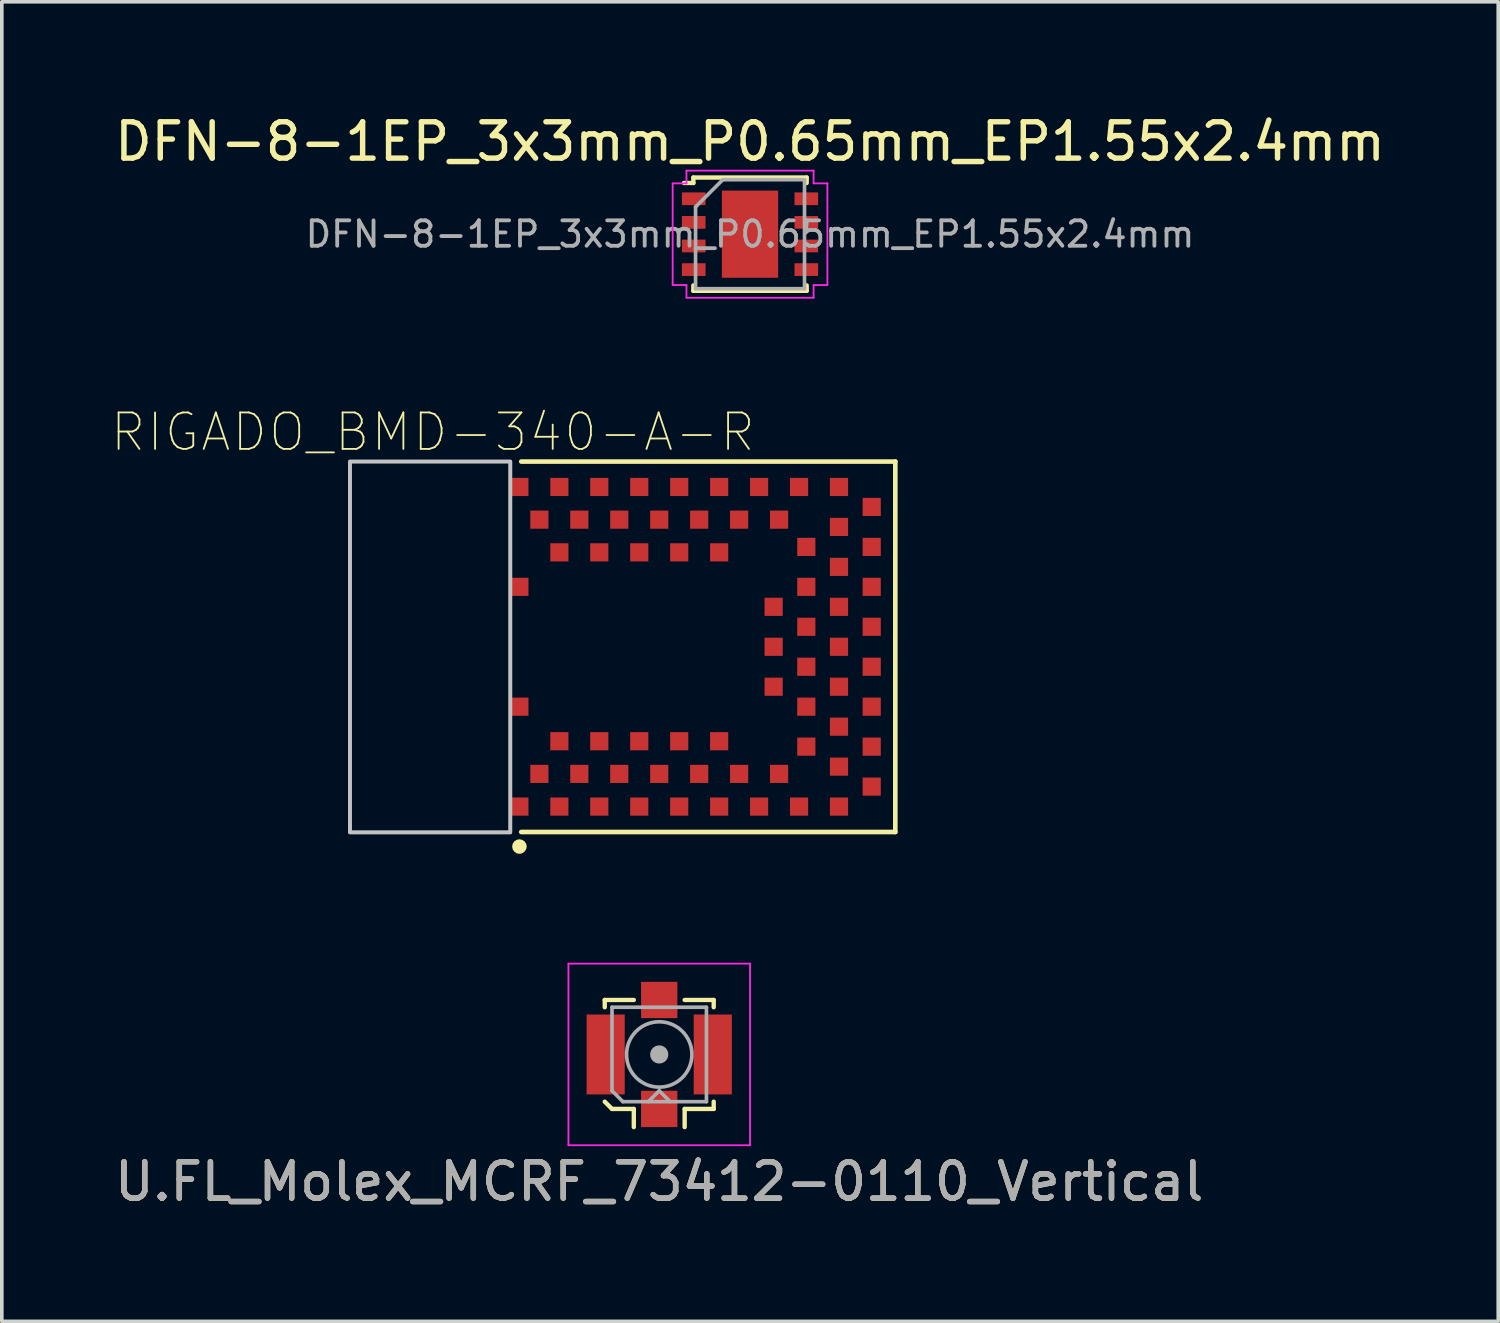
<source format=kicad_pcb>
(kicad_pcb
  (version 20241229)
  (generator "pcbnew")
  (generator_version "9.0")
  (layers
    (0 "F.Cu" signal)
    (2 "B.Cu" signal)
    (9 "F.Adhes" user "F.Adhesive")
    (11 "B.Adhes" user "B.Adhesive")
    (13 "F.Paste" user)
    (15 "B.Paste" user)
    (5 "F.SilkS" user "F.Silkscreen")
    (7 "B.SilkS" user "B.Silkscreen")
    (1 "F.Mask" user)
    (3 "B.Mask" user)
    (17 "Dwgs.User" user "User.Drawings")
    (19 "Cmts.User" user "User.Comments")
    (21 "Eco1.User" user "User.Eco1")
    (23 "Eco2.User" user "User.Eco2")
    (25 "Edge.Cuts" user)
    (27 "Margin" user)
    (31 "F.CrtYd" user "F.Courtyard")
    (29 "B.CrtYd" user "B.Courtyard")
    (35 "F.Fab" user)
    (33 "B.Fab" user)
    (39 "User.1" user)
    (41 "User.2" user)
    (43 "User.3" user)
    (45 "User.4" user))
  (footprint "RIGADO_BMD-340-A-R"
    (layer "F.Cu")
    (at 14.101 14.758)
    (property "Reference" "RIGADO_BMD-340-A-R" (at -5.232 -5.91 0) (layer "F.SilkS") (effects (font (size 1.004 1.004) (thickness 0.05))))
    (attr smd)
    (fp_line (start -2.8 5.1) (end 7.5 5.1) (stroke (width 0.127) (type solid)) (layer "F.SilkS"))
    (fp_line (start 7.5 -5.1) (end -2.8 -5.1) (stroke (width 0.127) (type solid)) (layer "F.SilkS"))
    (fp_line (start 7.5 -5.1) (end 7.5 5.1) (stroke (width 0.127) (type solid)) (layer "F.SilkS"))
    (fp_circle (center -2.85 5.5) (end -2.75 5.5) (stroke (width 0.2) (type solid)) (fill no) (layer "F.SilkS"))
    (fp_poly (pts (xy -7.519 -5.1) (xy -3.1 -5.1) (xy -3.1 5.113) (xy -7.519 5.113)) (stroke (width 0.1) (type solid)) (fill no) (layer "Dwgs.User"))
    (fp_poly (pts (xy -7.512 -5.1) (xy -3.1 -5.1) (xy -3.1 5.108) (xy -7.512 5.108)) (stroke (width 0.1) (type solid)) (fill no) (layer "Dwgs.User"))
    (fp_line (start -7.75 -5.35) (end -7.75 5.35) (stroke (width 0.05) (type solid)) (layer "Eco1.User"))
    (fp_line (start -7.75 5.35) (end 7.75 5.35) (stroke (width 0.05) (type solid)) (layer "Eco1.User"))
    (fp_line (start 7.75 -5.35) (end -7.75 -5.35) (stroke (width 0.05) (type solid)) (layer "Eco1.User"))
    (fp_line (start 7.75 5.35) (end 7.75 -5.35) (stroke (width 0.05) (type solid)) (layer "Eco1.User"))
    (fp_line (start -7.5 -5.1) (end 7.5 -5.1) (stroke (width 0.127) (type solid)) (layer "Eco2.User"))
    (fp_line (start -7.5 5.1) (end -7.5 -5.1) (stroke (width 0.127) (type solid)) (layer "Eco2.User"))
    (fp_line (start 7.5 -5.1) (end 7.5 5.1) (stroke (width 0.127) (type solid)) (layer "Eco2.User"))
    (fp_line (start 7.5 5.1) (end -7.5 5.1) (stroke (width 0.127) (type solid)) (layer "Eco2.User"))
    (fp_circle (center -2.85 4.4) (end -2.75 4.4) (stroke (width 0.2) (type solid)) (fill no) (layer "Eco2.User"))
    (pad "1" smd rect (at -2.85 4.4) (size 0.5 0.5) (layers "F.Cu" "F.Mask" "F.Paste"))
    (pad "2" smd rect (at -2.3 3.5) (size 0.5 0.5) (layers "F.Cu" "F.Mask" "F.Paste"))
    (pad "3" smd rect (at -1.75 4.4) (size 0.5 0.5) (layers "F.Cu" "F.Mask" "F.Paste"))
    (pad "4" smd rect (at -1.2 3.5) (size 0.5 0.5) (layers "F.Cu" "F.Mask" "F.Paste"))
    (pad "5" smd rect (at -0.65 4.4) (size 0.5 0.5) (layers "F.Cu" "F.Mask" "F.Paste"))
    (pad "6" smd rect (at -0.1 3.5) (size 0.5 0.5) (layers "F.Cu" "F.Mask" "F.Paste"))
    (pad "7" smd rect (at 0.45 4.4) (size 0.5 0.5) (layers "F.Cu" "F.Mask" "F.Paste"))
    (pad "8" smd rect (at 1 3.5) (size 0.5 0.5) (layers "F.Cu" "F.Mask" "F.Paste"))
    (pad "9" smd rect (at 1.55 4.4) (size 0.5 0.5) (layers "F.Cu" "F.Mask" "F.Paste"))
    (pad "10" smd rect (at 2.1 3.5) (size 0.5 0.5) (layers "F.Cu" "F.Mask" "F.Paste"))
    (pad "11" smd rect (at 2.65 4.4) (size 0.5 0.5) (layers "F.Cu" "F.Mask" "F.Paste"))
    (pad "12" smd rect (at 3.2 3.5) (size 0.5 0.5) (layers "F.Cu" "F.Mask" "F.Paste"))
    (pad "13" smd rect (at 3.75 4.4) (size 0.5 0.5) (layers "F.Cu" "F.Mask" "F.Paste"))
    (pad "14" smd rect (at 4.3 3.5) (size 0.5 0.5) (layers "F.Cu" "F.Mask" "F.Paste"))
    (pad "15" smd rect (at 4.85 4.4) (size 0.5 0.5) (layers "F.Cu" "F.Mask" "F.Paste"))
    (pad "16" smd rect (at 5.95 4.4) (size 0.5 0.5) (layers "F.Cu" "F.Mask" "F.Paste"))
    (pad "17" smd rect (at 5.95 3.3) (size 0.5 0.5) (layers "F.Cu" "F.Mask" "F.Paste"))
    (pad "18" smd rect (at 5.05 2.75) (size 0.5 0.5) (layers "F.Cu" "F.Mask" "F.Paste"))
    (pad "19" smd rect (at 5.95 2.2) (size 0.5 0.5) (layers "F.Cu" "F.Mask" "F.Paste"))
    (pad "20" smd rect (at 5.05 1.65) (size 0.5 0.5) (layers "F.Cu" "F.Mask" "F.Paste"))
    (pad "21" smd rect (at 5.95 1.1) (size 0.5 0.5) (layers "F.Cu" "F.Mask" "F.Paste"))
    (pad "22" smd rect (at 5.05 0.55) (size 0.5 0.5) (layers "F.Cu" "F.Mask" "F.Paste"))
    (pad "23" smd rect (at 5.95 0) (size 0.5 0.5) (layers "F.Cu" "F.Mask" "F.Paste"))
    (pad "24" smd rect (at 5.05 -0.55) (size 0.5 0.5) (layers "F.Cu" "F.Mask" "F.Paste"))
    (pad "25" smd rect (at 5.95 -1.1) (size 0.5 0.5) (layers "F.Cu" "F.Mask" "F.Paste"))
    (pad "26" smd rect (at 5.05 -1.65) (size 0.5 0.5) (layers "F.Cu" "F.Mask" "F.Paste"))
    (pad "27" smd rect (at 5.95 -2.2) (size 0.5 0.5) (layers "F.Cu" "F.Mask" "F.Paste"))
    (pad "28" smd rect (at 5.05 -2.75) (size 0.5 0.5) (layers "F.Cu" "F.Mask" "F.Paste"))
    (pad "29" smd rect (at 5.95 -3.3) (size 0.5 0.5) (layers "F.Cu" "F.Mask" "F.Paste"))
    (pad "30" smd rect (at 5.95 -4.4) (size 0.5 0.5) (layers "F.Cu" "F.Mask" "F.Paste"))
    (pad "31" smd rect (at 4.85 -4.4) (size 0.5 0.5) (layers "F.Cu" "F.Mask" "F.Paste"))
    (pad "32" smd rect (at 4.3 -3.5) (size 0.5 0.5) (layers "F.Cu" "F.Mask" "F.Paste"))
    (pad "33" smd rect (at 3.75 -4.4) (size 0.5 0.5) (layers "F.Cu" "F.Mask" "F.Paste"))
    (pad "34" smd rect (at 3.2 -3.5) (size 0.5 0.5) (layers "F.Cu" "F.Mask" "F.Paste"))
    (pad "35" smd rect (at 2.65 -4.4) (size 0.5 0.5) (layers "F.Cu" "F.Mask" "F.Paste"))
    (pad "36" smd rect (at 2.1 -3.5) (size 0.5 0.5) (layers "F.Cu" "F.Mask" "F.Paste"))
    (pad "37" smd rect (at 1.55 -4.4) (size 0.5 0.5) (layers "F.Cu" "F.Mask" "F.Paste"))
    (pad "38" smd rect (at 1 -3.5) (size 0.5 0.5) (layers "F.Cu" "F.Mask" "F.Paste"))
    (pad "39" smd rect (at 0.45 -4.4) (size 0.5 0.5) (layers "F.Cu" "F.Mask" "F.Paste"))
    (pad "40" smd rect (at -0.1 -3.5) (size 0.5 0.5) (layers "F.Cu" "F.Mask" "F.Paste"))
    (pad "41" smd rect (at -0.65 -4.4) (size 0.5 0.5) (layers "F.Cu" "F.Mask" "F.Paste"))
    (pad "42" smd rect (at -1.2 -3.5) (size 0.5 0.5) (layers "F.Cu" "F.Mask" "F.Paste"))
    (pad "43" smd rect (at -1.75 -4.4) (size 0.5 0.5) (layers "F.Cu" "F.Mask" "F.Paste"))
    (pad "44" smd rect (at -2.3 -3.5) (size 0.5 0.5) (layers "F.Cu" "F.Mask" "F.Paste"))
    (pad "45" smd rect (at -2.85 -4.4) (size 0.5 0.5) (layers "F.Cu" "F.Mask" "F.Paste"))
    (pad "46" smd rect (at -2.85 -1.65) (size 0.5 0.5) (layers "F.Cu" "F.Mask" "F.Paste"))
    (pad "47" smd rect (at -2.85 1.65) (size 0.5 0.5) (layers "F.Cu" "F.Mask" "F.Paste"))
    (pad "48" smd rect (at -1.75 2.6) (size 0.5 0.5) (layers "F.Cu" "F.Mask" "F.Paste"))
    (pad "49" smd rect (at -0.65 2.6) (size 0.5 0.5) (layers "F.Cu" "F.Mask" "F.Paste"))
    (pad "50" smd rect (at 0.45 2.6) (size 0.5 0.5) (layers "F.Cu" "F.Mask" "F.Paste"))
    (pad "51" smd rect (at 1.55 2.6) (size 0.5 0.5) (layers "F.Cu" "F.Mask" "F.Paste"))
    (pad "52" smd rect (at 2.65 2.6) (size 0.5 0.5) (layers "F.Cu" "F.Mask" "F.Paste"))
    (pad "53" smd rect (at 4.15 1.1) (size 0.5 0.5) (layers "F.Cu" "F.Mask" "F.Paste"))
    (pad "54" smd rect (at 4.15 0) (size 0.5 0.5) (layers "F.Cu" "F.Mask" "F.Paste"))
    (pad "55" smd rect (at 4.15 -1.1) (size 0.5 0.5) (layers "F.Cu" "F.Mask" "F.Paste"))
    (pad "56" smd rect (at 2.65 -2.6) (size 0.5 0.5) (layers "F.Cu" "F.Mask" "F.Paste"))
    (pad "57" smd rect (at 1.55 -2.6) (size 0.5 0.5) (layers "F.Cu" "F.Mask" "F.Paste"))
    (pad "58" smd rect (at 0.45 -2.6) (size 0.5 0.5) (layers "F.Cu" "F.Mask" "F.Paste"))
    (pad "59" smd rect (at -0.65 -2.6) (size 0.5 0.5) (layers "F.Cu" "F.Mask" "F.Paste"))
    (pad "60" smd rect (at -1.75 -2.6) (size 0.5 0.5) (layers "F.Cu" "F.Mask" "F.Paste"))
    (pad "61" smd rect (at 6.85 3.85) (size 0.5 0.5) (layers "F.Cu" "F.Mask" "F.Paste"))
    (pad "62" smd rect (at 6.85 2.75) (size 0.5 0.5) (layers "F.Cu" "F.Mask" "F.Paste"))
    (pad "63" smd rect (at 6.85 1.65) (size 0.5 0.5) (layers "F.Cu" "F.Mask" "F.Paste"))
    (pad "64" smd rect (at 6.85 0.55) (size 0.5 0.5) (layers "F.Cu" "F.Mask" "F.Paste"))
    (pad "65" smd rect (at 6.85 -0.55) (size 0.5 0.5) (layers "F.Cu" "F.Mask" "F.Paste"))
    (pad "66" smd rect (at 6.85 -1.65) (size 0.5 0.5) (layers "F.Cu" "F.Mask" "F.Paste"))
    (pad "67" smd rect (at 6.85 -2.75) (size 0.5 0.5) (layers "F.Cu" "F.Mask" "F.Paste"))
    (pad "68" smd rect (at 6.85 -3.85) (size 0.5 0.5) (layers "F.Cu" "F.Mask" "F.Paste")))
  (footprint "DFN-8-1EP_3x3mm_P0.65mm_EP1.55x2.4mm"
    (layer "F.Cu")
    (at 17.601 3.398)
    (property "Reference" "DFN-8-1EP_3x3mm_P0.65mm_EP1.55x2.4mm" (at 0 -2.55 0) (layer "F.SilkS") (effects (font (size 1 1) (thickness 0.15))))
    (attr smd)
    (fp_line (start -1.56 -1.56) (end -1.56 -1.41) (stroke (width 0.12) (type solid)) (layer "F.SilkS"))
    (fp_line (start -1.56 -1.56) (end 1.56 -1.56) (stroke (width 0.12) (type solid)) (layer "F.SilkS"))
    (fp_line (start -1.56 -1.41) (end -1.82 -1.41) (stroke (width 0.12) (type solid)) (layer "F.SilkS"))
    (fp_line (start -1.56 1.56) (end -1.56 1.41) (stroke (width 0.12) (type solid)) (layer "F.SilkS"))
    (fp_line (start -1.56 1.56) (end 1.56 1.56) (stroke (width 0.12) (type solid)) (layer "F.SilkS"))
    (fp_line (start 1.56 -1.56) (end 1.56 -1.41) (stroke (width 0.12) (type solid)) (layer "F.SilkS"))
    (fp_line (start 1.56 1.56) (end 1.56 1.41) (stroke (width 0.12) (type solid)) (layer "F.SilkS"))
    (fp_line (start -2.13 -1.4) (end -2.13 1.4) (stroke (width 0.05) (type solid)) (layer "F.CrtYd"))
    (fp_line (start -1.75 -1.75) (end -1.75 -1.4) (stroke (width 0.05) (type solid)) (layer "F.CrtYd"))
    (fp_line (start -1.75 -1.75) (end 1.75 -1.75) (stroke (width 0.05) (type solid)) (layer "F.CrtYd"))
    (fp_line (start -1.75 -1.4) (end -2.13 -1.4) (stroke (width 0.05) (type solid)) (layer "F.CrtYd"))
    (fp_line (start -1.75 1.4) (end -2.13 1.4) (stroke (width 0.05) (type solid)) (layer "F.CrtYd"))
    (fp_line (start -1.75 1.75) (end -1.75 1.4) (stroke (width 0.05) (type solid)) (layer "F.CrtYd"))
    (fp_line (start -1.75 1.75) (end 1.75 1.75) (stroke (width 0.05) (type solid)) (layer "F.CrtYd"))
    (fp_line (start 1.75 -1.75) (end 1.75 -1.4) (stroke (width 0.05) (type solid)) (layer "F.CrtYd"))
    (fp_line (start 1.75 -1.4) (end 2.13 -1.4) (stroke (width 0.05) (type solid)) (layer "F.CrtYd"))
    (fp_line (start 1.75 1.4) (end 2.13 1.4) (stroke (width 0.05) (type solid)) (layer "F.CrtYd"))
    (fp_line (start 1.75 1.75) (end 1.75 1.4) (stroke (width 0.05) (type solid)) (layer "F.CrtYd"))
    (fp_line (start 2.13 -1.4) (end 2.13 1.4) (stroke (width 0.05) (type solid)) (layer "F.CrtYd"))
    (fp_line (start -1.5 -0.75) (end -0.75 -1.5) (stroke (width 0.1) (type solid)) (layer "F.Fab"))
    (fp_line (start -1.5 1.5) (end -1.5 -0.75) (stroke (width 0.1) (type solid)) (layer "F.Fab"))
    (fp_line (start -0.75 -1.5) (end 1.5 -1.5) (stroke (width 0.1) (type solid)) (layer "F.Fab"))
    (fp_line (start 1.5 -1.5) (end 1.5 1.5) (stroke (width 0.1) (type solid)) (layer "F.Fab"))
    (fp_line (start 1.5 1.5) (end -1.5 1.5) (stroke (width 0.1) (type solid)) (layer "F.Fab"))
    (fp_text user "${REFERENCE}" (at 0 0 0) (layer "F.Fab") (effects (font (size 0.7 0.7) (thickness 0.105))))
    (pad "" smd rect (at -0.388 -0.6) (size 0.6 1) (layers "F.Paste"))
    (pad "" smd rect (at -0.388 0.6) (size 0.6 1) (layers "F.Paste"))
    (pad "" smd rect (at 0.388 -0.6) (size 0.6 1) (layers "F.Paste"))
    (pad "" smd rect (at 0.388 0.6) (size 0.6 1) (layers "F.Paste"))
    (pad "1" smd rect (at -1.55 -0.975) (size 0.65 0.35) (layers "F.Cu" "F.Mask" "F.Paste"))
    (pad "2" smd rect (at -1.55 -0.325) (size 0.65 0.35) (layers "F.Cu" "F.Mask" "F.Paste"))
    (pad "3" smd rect (at -1.55 0.325) (size 0.65 0.35) (layers "F.Cu" "F.Mask" "F.Paste"))
    (pad "4" smd rect (at -1.55 0.975) (size 0.65 0.35) (layers "F.Cu" "F.Mask" "F.Paste"))
    (pad "5" smd rect (at 1.55 0.975) (size 0.65 0.35) (layers "F.Cu" "F.Mask" "F.Paste"))
    (pad "6" smd rect (at 1.55 0.325) (size 0.65 0.35) (layers "F.Cu" "F.Mask" "F.Paste"))
    (pad "7" smd rect (at 1.55 -0.325) (size 0.65 0.35) (layers "F.Cu" "F.Mask" "F.Paste"))
    (pad "8" smd rect (at 1.55 -0.975) (size 0.65 0.35) (layers "F.Cu" "F.Mask" "F.Paste"))
    (pad "9" smd rect (at 0 0) (size 1.55 2.4) (layers "F.Cu" "F.Mask")))
  (footprint "U.FL_Molex_MCRF_73412-0110_Vertical"
    (layer "F.Cu")
    (at 15.101 25.983)
    (property "Reference" "U.FL_Molex_MCRF_73412-0110_Vertical" (at 0 3.5 0) (layer "F.SilkS") (effects (font (size 1 1) (thickness 0.15))))
    (attr smd)
    (fp_line (start -1.5 -1.5) (end -0.7 -1.5) (stroke (width 0.12) (type solid)) (layer "F.SilkS"))
    (fp_line (start -1.5 -1.3) (end -1.5 -1.5) (stroke (width 0.12) (type solid)) (layer "F.SilkS"))
    (fp_line (start -1.3 1.5) (end -1.5 1.3) (stroke (width 0.12) (type solid)) (layer "F.SilkS"))
    (fp_line (start -0.7 1.5) (end -1.3 1.5) (stroke (width 0.12) (type solid)) (layer "F.SilkS"))
    (fp_line (start -0.7 1.5) (end -0.7 2) (stroke (width 0.12) (type solid)) (layer "F.SilkS"))
    (fp_line (start 0.7 -1.5) (end 1.5 -1.5) (stroke (width 0.12) (type solid)) (layer "F.SilkS"))
    (fp_line (start 0.7 1.5) (end 0.7 2) (stroke (width 0.12) (type solid)) (layer "F.SilkS"))
    (fp_line (start 1.5 -1.5) (end 1.5 -1.3) (stroke (width 0.12) (type solid)) (layer "F.SilkS"))
    (fp_line (start 1.5 1.3) (end 1.5 1.5) (stroke (width 0.12) (type solid)) (layer "F.SilkS"))
    (fp_line (start 1.5 1.5) (end 0.7 1.5) (stroke (width 0.12) (type solid)) (layer "F.SilkS"))
    (fp_line (start -2.5 -2.5) (end -2.5 2.5) (stroke (width 0.05) (type solid)) (layer "F.CrtYd"))
    (fp_line (start -2.5 2.5) (end 2.5 2.5) (stroke (width 0.05) (type solid)) (layer "F.CrtYd"))
    (fp_line (start 2.5 -2.5) (end -2.5 -2.5) (stroke (width 0.05) (type solid)) (layer "F.CrtYd"))
    (fp_line (start 2.5 2.5) (end 2.5 -2.5) (stroke (width 0.05) (type solid)) (layer "F.CrtYd"))
    (fp_line (start -1.3 -1.3) (end -1.3 1) (stroke (width 0.1) (type solid)) (layer "F.Fab"))
    (fp_line (start -1.3 -1.3) (end 1.3 -1.3) (stroke (width 0.1) (type solid)) (layer "F.Fab"))
    (fp_line (start -1.3 1) (end -1 1.3) (stroke (width 0.1) (type solid)) (layer "F.Fab"))
    (fp_line (start -1 1.3) (end 1.3 1.3) (stroke (width 0.1) (type solid)) (layer "F.Fab"))
    (fp_line (start -0.3 1.3) (end 0 1) (stroke (width 0.1) (type solid)) (layer "F.Fab"))
    (fp_line (start 0 1) (end 0.3 1.3) (stroke (width 0.1) (type solid)) (layer "F.Fab"))
    (fp_line (start 1.3 -1.3) (end 1.3 1.3) (stroke (width 0.1) (type solid)) (layer "F.Fab"))
    (fp_circle (center 0 0) (end 0 0.05) (stroke (width 0.1) (type solid)) (fill no) (layer "F.Fab"))
    (fp_circle (center 0 0) (end 0 0.125) (stroke (width 0.1) (type solid)) (fill no) (layer "F.Fab"))
    (fp_circle (center 0 0) (end 0 0.2) (stroke (width 0.1) (type solid)) (fill no) (layer "F.Fab"))
    (fp_circle (center 0 0) (end 0.9 0) (stroke (width 0.1) (type solid)) (fill no) (layer "F.Fab"))
    (fp_text user "${REFERENCE}" (at 0 3.5 0) (layer "F.Fab") (effects (font (size 1 1) (thickness 0.15))))
    (pad "1" smd rect (at 0 1.5) (size 1 1) (layers "F.Cu" "F.Mask" "F.Paste"))
    (pad "2" smd rect (at -1.475 0) (size 1.05 2.2) (layers "F.Cu" "F.Mask" "F.Paste"))
    (pad "2" smd rect (at 0 -1.5) (size 1 1) (layers "F.Cu" "F.Mask" "F.Paste"))
    (pad "2" smd rect (at 1.475 0) (size 1.05 2.2) (layers "F.Cu" "F.Mask" "F.Paste")))
  (gr_rect
    (start -3 -3)
    (end 38.202 33.332)
    (stroke (width 0.1) (type default))
    (fill no)
    (layer "Edge.Cuts")))
</source>
